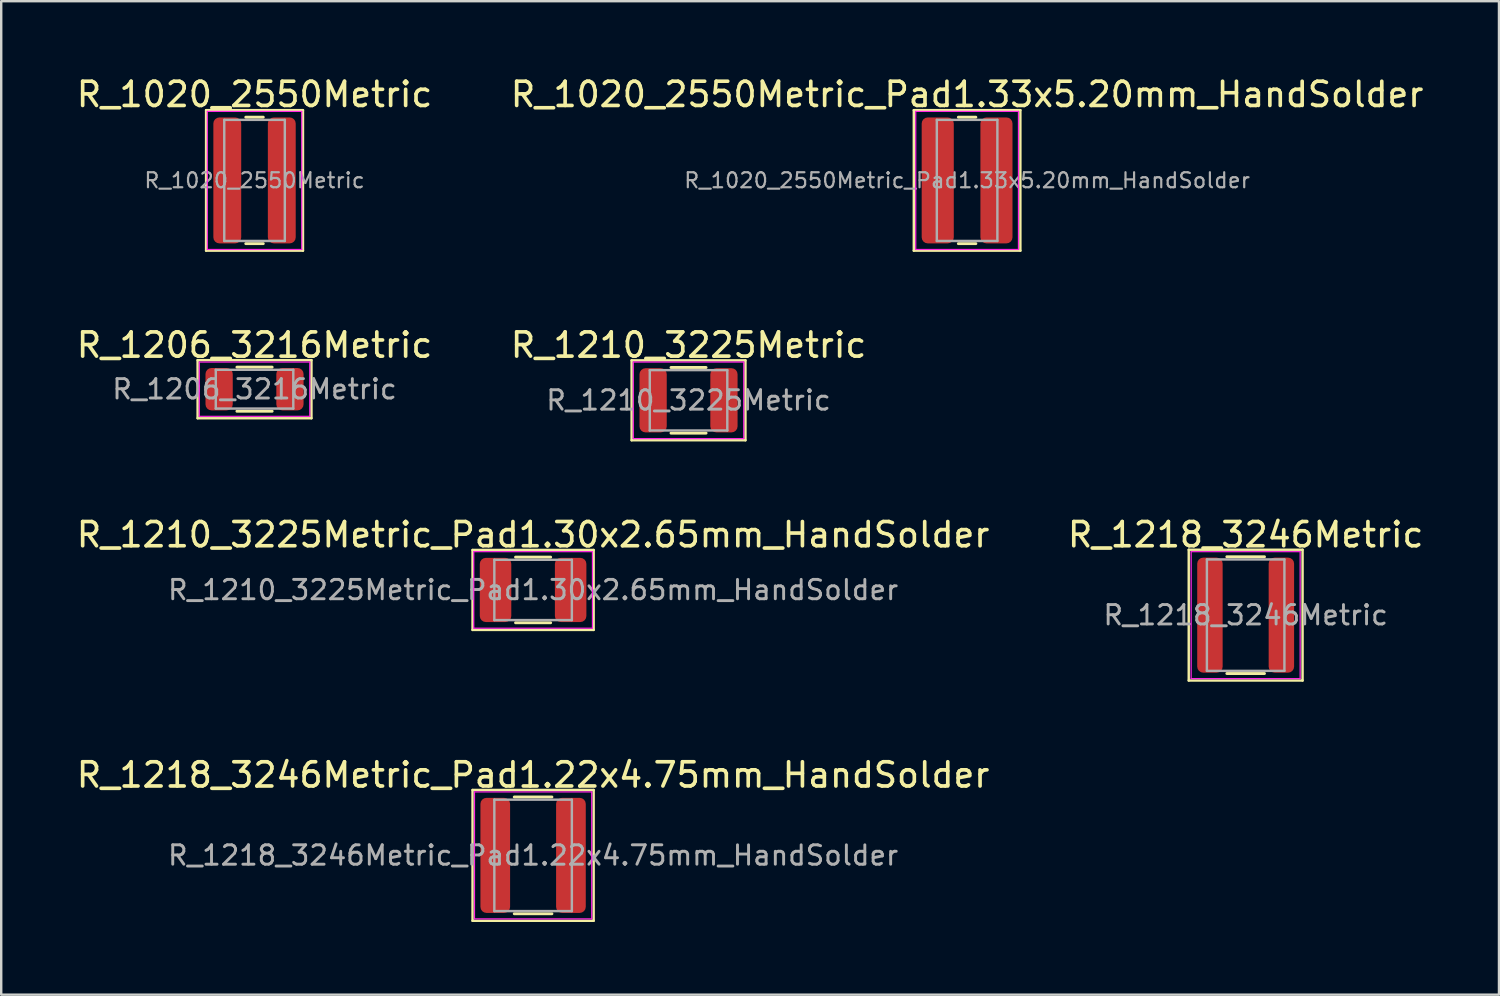
<source format=kicad_pcb>
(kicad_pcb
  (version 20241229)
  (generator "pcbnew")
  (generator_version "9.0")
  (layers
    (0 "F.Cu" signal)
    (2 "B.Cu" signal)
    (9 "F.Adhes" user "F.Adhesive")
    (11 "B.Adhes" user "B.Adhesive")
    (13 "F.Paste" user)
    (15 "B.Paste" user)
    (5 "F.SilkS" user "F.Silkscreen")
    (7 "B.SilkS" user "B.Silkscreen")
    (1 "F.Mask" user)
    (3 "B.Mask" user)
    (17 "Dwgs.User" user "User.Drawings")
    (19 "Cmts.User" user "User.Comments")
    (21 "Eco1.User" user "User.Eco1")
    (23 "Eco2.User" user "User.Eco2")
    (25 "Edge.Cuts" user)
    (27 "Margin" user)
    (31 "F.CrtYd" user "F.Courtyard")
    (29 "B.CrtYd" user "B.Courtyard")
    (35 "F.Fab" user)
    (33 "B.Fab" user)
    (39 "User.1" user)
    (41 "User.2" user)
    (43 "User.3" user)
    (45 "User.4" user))
  (footprint "R_1020_2550Metric_Pad1.33x5.20mm_HandSolder"
    (layer "F.Cu")
    (at 36.875 4.398)
    (property "Reference" "R_1020_2550Metric_Pad1.33x5.20mm_HandSolder" (at 0 -3.55 0) (layer "F.SilkS") (effects (font (size 1 1) (thickness 0.15))))
    (attr smd)
    (fp_line (start -2.2 -2.9) (end 2.2 -2.9) (stroke (width 0.1) (type default)) (layer "F.SilkS"))
    (fp_line (start -2.2 2.9) (end -2.2 -2.9) (stroke (width 0.1) (type default)) (layer "F.SilkS"))
    (fp_line (start -0.361 -2.61) (end 0.361 -2.61) (stroke (width 0.12) (type solid)) (layer "F.SilkS"))
    (fp_line (start -0.361 2.61) (end 0.361 2.61) (stroke (width 0.12) (type solid)) (layer "F.SilkS"))
    (fp_line (start 2.2 -2.9) (end 2.2 2.9) (stroke (width 0.1) (type default)) (layer "F.SilkS"))
    (fp_line (start 2.2 2.9) (end -2.2 2.9) (stroke (width 0.1) (type default)) (layer "F.SilkS"))
    (fp_line (start -2.12 -2.85) (end 2.12 -2.85) (stroke (width 0.05) (type solid)) (layer "F.CrtYd"))
    (fp_line (start -2.12 2.85) (end -2.12 -2.85) (stroke (width 0.05) (type solid)) (layer "F.CrtYd"))
    (fp_line (start 2.12 -2.85) (end 2.12 2.85) (stroke (width 0.05) (type solid)) (layer "F.CrtYd"))
    (fp_line (start 2.12 2.85) (end -2.12 2.85) (stroke (width 0.05) (type solid)) (layer "F.CrtYd"))
    (fp_line (start -1.25 -2.5) (end 1.25 -2.5) (stroke (width 0.1) (type solid)) (layer "F.Fab"))
    (fp_line (start -1.25 2.5) (end -1.25 -2.5) (stroke (width 0.1) (type solid)) (layer "F.Fab"))
    (fp_line (start 1.25 -2.5) (end 1.25 2.5) (stroke (width 0.1) (type solid)) (layer "F.Fab"))
    (fp_line (start 1.25 2.5) (end -1.25 2.5) (stroke (width 0.1) (type solid)) (layer "F.Fab"))
    (fp_text user "${REFERENCE}" (at 0 0 0) (layer "F.Fab") (effects (font (size 0.62 0.62) (thickness 0.09))))
    (pad "1" smd roundrect (at -1.212 0) (size 1.325 5.2) (layers "F.Cu" "F.Mask" "F.Paste") (roundrect_rratio 0.189))
    (pad "2" smd roundrect (at 1.212 0) (size 1.325 5.2) (layers "F.Cu" "F.Mask" "F.Paste") (roundrect_rratio 0.189)))
  (footprint "R_1218_3246Metric_Pad1.22x4.75mm_HandSolder"
    (layer "F.Cu")
    (at 18.958 32.263)
    (property "Reference" "R_1218_3246Metric_Pad1.22x4.75mm_HandSolder" (at 0 -3.32 0) (layer "F.SilkS") (effects (font (size 1 1) (thickness 0.15))))
    (attr smd)
    (fp_line (start -2.5 -2.7) (end 2.5 -2.7) (stroke (width 0.1) (type default)) (layer "F.SilkS"))
    (fp_line (start -2.5 2.7) (end -2.5 -2.7) (stroke (width 0.1) (type default)) (layer "F.SilkS"))
    (fp_line (start -0.777 -2.41) (end 0.777 -2.41) (stroke (width 0.12) (type solid)) (layer "F.SilkS"))
    (fp_line (start -0.777 2.41) (end 0.777 2.41) (stroke (width 0.12) (type solid)) (layer "F.SilkS"))
    (fp_line (start 2.5 -2.7) (end 2.5 2.7) (stroke (width 0.1) (type default)) (layer "F.SilkS"))
    (fp_line (start 2.5 2.7) (end -2.5 2.7) (stroke (width 0.1) (type default)) (layer "F.SilkS"))
    (fp_line (start -2.42 -2.62) (end 2.42 -2.62) (stroke (width 0.05) (type solid)) (layer "F.CrtYd"))
    (fp_line (start -2.42 2.62) (end -2.42 -2.62) (stroke (width 0.05) (type solid)) (layer "F.CrtYd"))
    (fp_line (start 2.42 -2.62) (end 2.42 2.62) (stroke (width 0.05) (type solid)) (layer "F.CrtYd"))
    (fp_line (start 2.42 2.62) (end -2.42 2.62) (stroke (width 0.05) (type solid)) (layer "F.CrtYd"))
    (fp_line (start -1.6 -2.3) (end 1.6 -2.3) (stroke (width 0.1) (type solid)) (layer "F.Fab"))
    (fp_line (start -1.6 2.3) (end -1.6 -2.3) (stroke (width 0.1) (type solid)) (layer "F.Fab"))
    (fp_line (start 1.6 -2.3) (end 1.6 2.3) (stroke (width 0.1) (type solid)) (layer "F.Fab"))
    (fp_line (start 1.6 2.3) (end -1.6 2.3) (stroke (width 0.1) (type solid)) (layer "F.Fab"))
    (fp_text user "${REFERENCE}" (at 0 0 0) (layer "F.Fab") (effects (font (size 0.8 0.8) (thickness 0.12))))
    (pad "1" smd roundrect (at -1.562 0) (size 1.225 4.75) (layers "F.Cu" "F.Mask" "F.Paste") (roundrect_rratio 0.204))
    (pad "2" smd roundrect (at 1.562 0) (size 1.225 4.75) (layers "F.Cu" "F.Mask" "F.Paste") (roundrect_rratio 0.204)))
  (footprint "R_1210_3225Metric"
    (layer "F.Cu")
    (at 25.375 13.476)
    (property "Reference" "R_1210_3225Metric" (at 0 -2.28 0) (layer "F.SilkS") (effects (font (size 1 1) (thickness 0.15))))
    (attr smd)
    (fp_line (start -2.35 -1.65) (end 2.35 -1.65) (stroke (width 0.1) (type default)) (layer "F.SilkS"))
    (fp_line (start -2.35 1.65) (end -2.35 -1.65) (stroke (width 0.1) (type default)) (layer "F.SilkS"))
    (fp_line (start -0.724 -1.355) (end 0.724 -1.355) (stroke (width 0.12) (type solid)) (layer "F.SilkS"))
    (fp_line (start -0.724 1.355) (end 0.724 1.355) (stroke (width 0.12) (type solid)) (layer "F.SilkS"))
    (fp_line (start 2.35 -1.65) (end 2.35 1.65) (stroke (width 0.1) (type default)) (layer "F.SilkS"))
    (fp_line (start 2.35 1.65) (end -2.35 1.65) (stroke (width 0.1) (type default)) (layer "F.SilkS"))
    (fp_line (start -2.28 -1.58) (end 2.28 -1.58) (stroke (width 0.05) (type solid)) (layer "F.CrtYd"))
    (fp_line (start -2.28 1.58) (end -2.28 -1.58) (stroke (width 0.05) (type solid)) (layer "F.CrtYd"))
    (fp_line (start 2.28 -1.58) (end 2.28 1.58) (stroke (width 0.05) (type solid)) (layer "F.CrtYd"))
    (fp_line (start 2.28 1.58) (end -2.28 1.58) (stroke (width 0.05) (type solid)) (layer "F.CrtYd"))
    (fp_line (start -1.6 -1.245) (end 1.6 -1.245) (stroke (width 0.1) (type solid)) (layer "F.Fab"))
    (fp_line (start -1.6 1.245) (end -1.6 -1.245) (stroke (width 0.1) (type solid)) (layer "F.Fab"))
    (fp_line (start 1.6 -1.245) (end 1.6 1.245) (stroke (width 0.1) (type solid)) (layer "F.Fab"))
    (fp_line (start 1.6 1.245) (end -1.6 1.245) (stroke (width 0.1) (type solid)) (layer "F.Fab"))
    (fp_text user "${REFERENCE}" (at 0 0 0) (layer "F.Fab") (effects (font (size 0.8 0.8) (thickness 0.12))))
    (pad "1" smd roundrect (at -1.462 0) (size 1.125 2.65) (layers "F.Cu" "F.Mask" "F.Paste") (roundrect_rratio 0.222))
    (pad "2" smd roundrect (at 1.462 0) (size 1.125 2.65) (layers "F.Cu" "F.Mask" "F.Paste") (roundrect_rratio 0.222)))
  (footprint "R_1210_3225Metric_Pad1.30x2.65mm_HandSolder"
    (layer "F.Cu")
    (at 18.958 21.305)
    (property "Reference" "R_1210_3225Metric_Pad1.30x2.65mm_HandSolder" (at 0 -2.28 0) (layer "F.SilkS") (effects (font (size 1 1) (thickness 0.15))))
    (attr smd)
    (fp_line (start -2.5 -1.65) (end 2.5 -1.65) (stroke (width 0.1) (type default)) (layer "F.SilkS"))
    (fp_line (start -2.5 1.65) (end -2.5 -1.65) (stroke (width 0.1) (type default)) (layer "F.SilkS"))
    (fp_line (start -0.724 -1.355) (end 0.724 -1.355) (stroke (width 0.12) (type solid)) (layer "F.SilkS"))
    (fp_line (start -0.724 1.355) (end 0.724 1.355) (stroke (width 0.12) (type solid)) (layer "F.SilkS"))
    (fp_line (start 2.5 -1.65) (end 2.5 1.65) (stroke (width 0.1) (type default)) (layer "F.SilkS"))
    (fp_line (start 2.5 1.65) (end -2.5 1.65) (stroke (width 0.1) (type default)) (layer "F.SilkS"))
    (fp_line (start -2.45 -1.58) (end 2.45 -1.58) (stroke (width 0.05) (type solid)) (layer "F.CrtYd"))
    (fp_line (start -2.45 1.58) (end -2.45 -1.58) (stroke (width 0.05) (type solid)) (layer "F.CrtYd"))
    (fp_line (start 2.45 -1.58) (end 2.45 1.58) (stroke (width 0.05) (type solid)) (layer "F.CrtYd"))
    (fp_line (start 2.45 1.58) (end -2.45 1.58) (stroke (width 0.05) (type solid)) (layer "F.CrtYd"))
    (fp_line (start -1.6 -1.245) (end 1.6 -1.245) (stroke (width 0.1) (type solid)) (layer "F.Fab"))
    (fp_line (start -1.6 1.245) (end -1.6 -1.245) (stroke (width 0.1) (type solid)) (layer "F.Fab"))
    (fp_line (start 1.6 -1.245) (end 1.6 1.245) (stroke (width 0.1) (type solid)) (layer "F.Fab"))
    (fp_line (start 1.6 1.245) (end -1.6 1.245) (stroke (width 0.1) (type solid)) (layer "F.Fab"))
    (fp_text user "${REFERENCE}" (at 0 0 0) (layer "F.Fab") (effects (font (size 0.8 0.8) (thickness 0.12))))
    (pad "1" smd roundrect (at -1.55 0) (size 1.3 2.65) (layers "F.Cu" "F.Mask" "F.Paste") (roundrect_rratio 0.192))
    (pad "2" smd roundrect (at 1.55 0) (size 1.3 2.65) (layers "F.Cu" "F.Mask" "F.Paste") (roundrect_rratio 0.192)))
  (footprint "R_1020_2550Metric"
    (layer "F.Cu")
    (at 7.458 4.398)
    (property "Reference" "R_1020_2550Metric" (at 0 -3.55 0) (layer "F.SilkS") (effects (font (size 1 1) (thickness 0.15))))
    (attr smd)
    (fp_line (start -2 -2.9) (end 2 -2.9) (stroke (width 0.1) (type default)) (layer "F.SilkS"))
    (fp_line (start -2 2.9) (end -2 -2.9) (stroke (width 0.1) (type default)) (layer "F.SilkS"))
    (fp_line (start -0.361 -2.61) (end 0.361 -2.61) (stroke (width 0.12) (type solid)) (layer "F.SilkS"))
    (fp_line (start -0.361 2.61) (end 0.361 2.61) (stroke (width 0.12) (type solid)) (layer "F.SilkS"))
    (fp_line (start 2 -2.9) (end 2 2.9) (stroke (width 0.1) (type default)) (layer "F.SilkS"))
    (fp_line (start 2 2.9) (end -2 2.9) (stroke (width 0.1) (type default)) (layer "F.SilkS"))
    (fp_line (start -1.95 -2.85) (end 1.95 -2.85) (stroke (width 0.05) (type solid)) (layer "F.CrtYd"))
    (fp_line (start -1.95 2.85) (end -1.95 -2.85) (stroke (width 0.05) (type solid)) (layer "F.CrtYd"))
    (fp_line (start 1.95 -2.85) (end 1.95 2.85) (stroke (width 0.05) (type solid)) (layer "F.CrtYd"))
    (fp_line (start 1.95 2.85) (end -1.95 2.85) (stroke (width 0.05) (type solid)) (layer "F.CrtYd"))
    (fp_line (start -1.25 -2.5) (end 1.25 -2.5) (stroke (width 0.1) (type solid)) (layer "F.Fab"))
    (fp_line (start -1.25 2.5) (end -1.25 -2.5) (stroke (width 0.1) (type solid)) (layer "F.Fab"))
    (fp_line (start 1.25 -2.5) (end 1.25 2.5) (stroke (width 0.1) (type solid)) (layer "F.Fab"))
    (fp_line (start 1.25 2.5) (end -1.25 2.5) (stroke (width 0.1) (type solid)) (layer "F.Fab"))
    (fp_text user "${REFERENCE}" (at 0 0 0) (layer "F.Fab") (effects (font (size 0.62 0.62) (thickness 0.09))))
    (pad "1" smd roundrect (at -1.125 0) (size 1.15 5.2) (layers "F.Cu" "F.Mask" "F.Paste") (roundrect_rratio 0.217))
    (pad "2" smd roundrect (at 1.125 0) (size 1.15 5.2) (layers "F.Cu" "F.Mask" "F.Paste") (roundrect_rratio 0.217)))
  (footprint "R_1206_3216Metric"
    (layer "F.Cu")
    (at 7.458 13.017)
    (property "Reference" "R_1206_3216Metric" (at 0 -1.82 0) (layer "F.SilkS") (effects (font (size 1 1) (thickness 0.15))))
    (attr smd)
    (fp_line (start -2.35 -1.2) (end 2.35 -1.2) (stroke (width 0.1) (type default)) (layer "F.SilkS"))
    (fp_line (start -2.35 1.2) (end -2.35 -1.2) (stroke (width 0.1) (type default)) (layer "F.SilkS"))
    (fp_line (start -0.727 -0.91) (end 0.727 -0.91) (stroke (width 0.12) (type solid)) (layer "F.SilkS"))
    (fp_line (start -0.727 0.91) (end 0.727 0.91) (stroke (width 0.12) (type solid)) (layer "F.SilkS"))
    (fp_line (start 2.35 -1.2) (end 2.35 1.2) (stroke (width 0.1) (type default)) (layer "F.SilkS"))
    (fp_line (start 2.35 1.2) (end -2.35 1.2) (stroke (width 0.1) (type default)) (layer "F.SilkS"))
    (fp_line (start -2.28 -1.12) (end 2.28 -1.12) (stroke (width 0.05) (type solid)) (layer "F.CrtYd"))
    (fp_line (start -2.28 1.12) (end -2.28 -1.12) (stroke (width 0.05) (type solid)) (layer "F.CrtYd"))
    (fp_line (start 2.28 -1.12) (end 2.28 1.12) (stroke (width 0.05) (type solid)) (layer "F.CrtYd"))
    (fp_line (start 2.28 1.12) (end -2.28 1.12) (stroke (width 0.05) (type solid)) (layer "F.CrtYd"))
    (fp_line (start -1.6 -0.8) (end 1.6 -0.8) (stroke (width 0.1) (type solid)) (layer "F.Fab"))
    (fp_line (start -1.6 0.8) (end -1.6 -0.8) (stroke (width 0.1) (type solid)) (layer "F.Fab"))
    (fp_line (start 1.6 -0.8) (end 1.6 0.8) (stroke (width 0.1) (type solid)) (layer "F.Fab"))
    (fp_line (start 1.6 0.8) (end -1.6 0.8) (stroke (width 0.1) (type solid)) (layer "F.Fab"))
    (fp_text user "${REFERENCE}" (at 0 0 0) (layer "F.Fab") (effects (font (size 0.8 0.8) (thickness 0.12))))
    (pad "1" smd roundrect (at -1.462 0) (size 1.125 1.75) (layers "F.Cu" "F.Mask" "F.Paste") (roundrect_rratio 0.222))
    (pad "2" smd roundrect (at 1.462 0) (size 1.125 1.75) (layers "F.Cu" "F.Mask" "F.Paste") (roundrect_rratio 0.222)))
  (footprint "R_1218_3246Metric"
    (layer "F.Cu")
    (at 48.375 22.345)
    (property "Reference" "R_1218_3246Metric" (at 0 -3.32 0) (layer "F.SilkS") (effects (font (size 1 1) (thickness 0.15))))
    (attr smd)
    (fp_line (start -2.35 -2.7) (end 2.35 -2.7) (stroke (width 0.1) (type default)) (layer "F.SilkS"))
    (fp_line (start -2.35 2.7) (end -2.35 -2.7) (stroke (width 0.1) (type default)) (layer "F.SilkS"))
    (fp_line (start -0.777 -2.41) (end 0.777 -2.41) (stroke (width 0.12) (type solid)) (layer "F.SilkS"))
    (fp_line (start -0.777 2.41) (end 0.777 2.41) (stroke (width 0.12) (type solid)) (layer "F.SilkS"))
    (fp_line (start 2.35 -2.7) (end 2.35 2.7) (stroke (width 0.1) (type default)) (layer "F.SilkS"))
    (fp_line (start 2.35 2.7) (end -2.35 2.7) (stroke (width 0.1) (type default)) (layer "F.SilkS"))
    (fp_line (start -2.25 -2.62) (end 2.25 -2.62) (stroke (width 0.05) (type solid)) (layer "F.CrtYd"))
    (fp_line (start -2.25 2.62) (end -2.25 -2.62) (stroke (width 0.05) (type solid)) (layer "F.CrtYd"))
    (fp_line (start 2.25 -2.62) (end 2.25 2.62) (stroke (width 0.05) (type solid)) (layer "F.CrtYd"))
    (fp_line (start 2.25 2.62) (end -2.25 2.62) (stroke (width 0.05) (type solid)) (layer "F.CrtYd"))
    (fp_line (start -1.6 -2.3) (end 1.6 -2.3) (stroke (width 0.1) (type solid)) (layer "F.Fab"))
    (fp_line (start -1.6 2.3) (end -1.6 -2.3) (stroke (width 0.1) (type solid)) (layer "F.Fab"))
    (fp_line (start 1.6 -2.3) (end 1.6 2.3) (stroke (width 0.1) (type solid)) (layer "F.Fab"))
    (fp_line (start 1.6 2.3) (end -1.6 2.3) (stroke (width 0.1) (type solid)) (layer "F.Fab"))
    (fp_text user "${REFERENCE}" (at 0 0 0) (layer "F.Fab") (effects (font (size 0.8 0.8) (thickness 0.12))))
    (pad "1" smd roundrect (at -1.475 0) (size 1.05 4.75) (layers "F.Cu" "F.Mask" "F.Paste") (roundrect_rratio 0.238))
    (pad "2" smd roundrect (at 1.475 0) (size 1.05 4.75) (layers "F.Cu" "F.Mask" "F.Paste") (roundrect_rratio 0.238)))
  (gr_rect
    (start -3 -3)
    (end 58.833 38.013)
    (stroke (width 0.1) (type default))
    (fill no)
    (layer "Edge.Cuts")))
</source>
